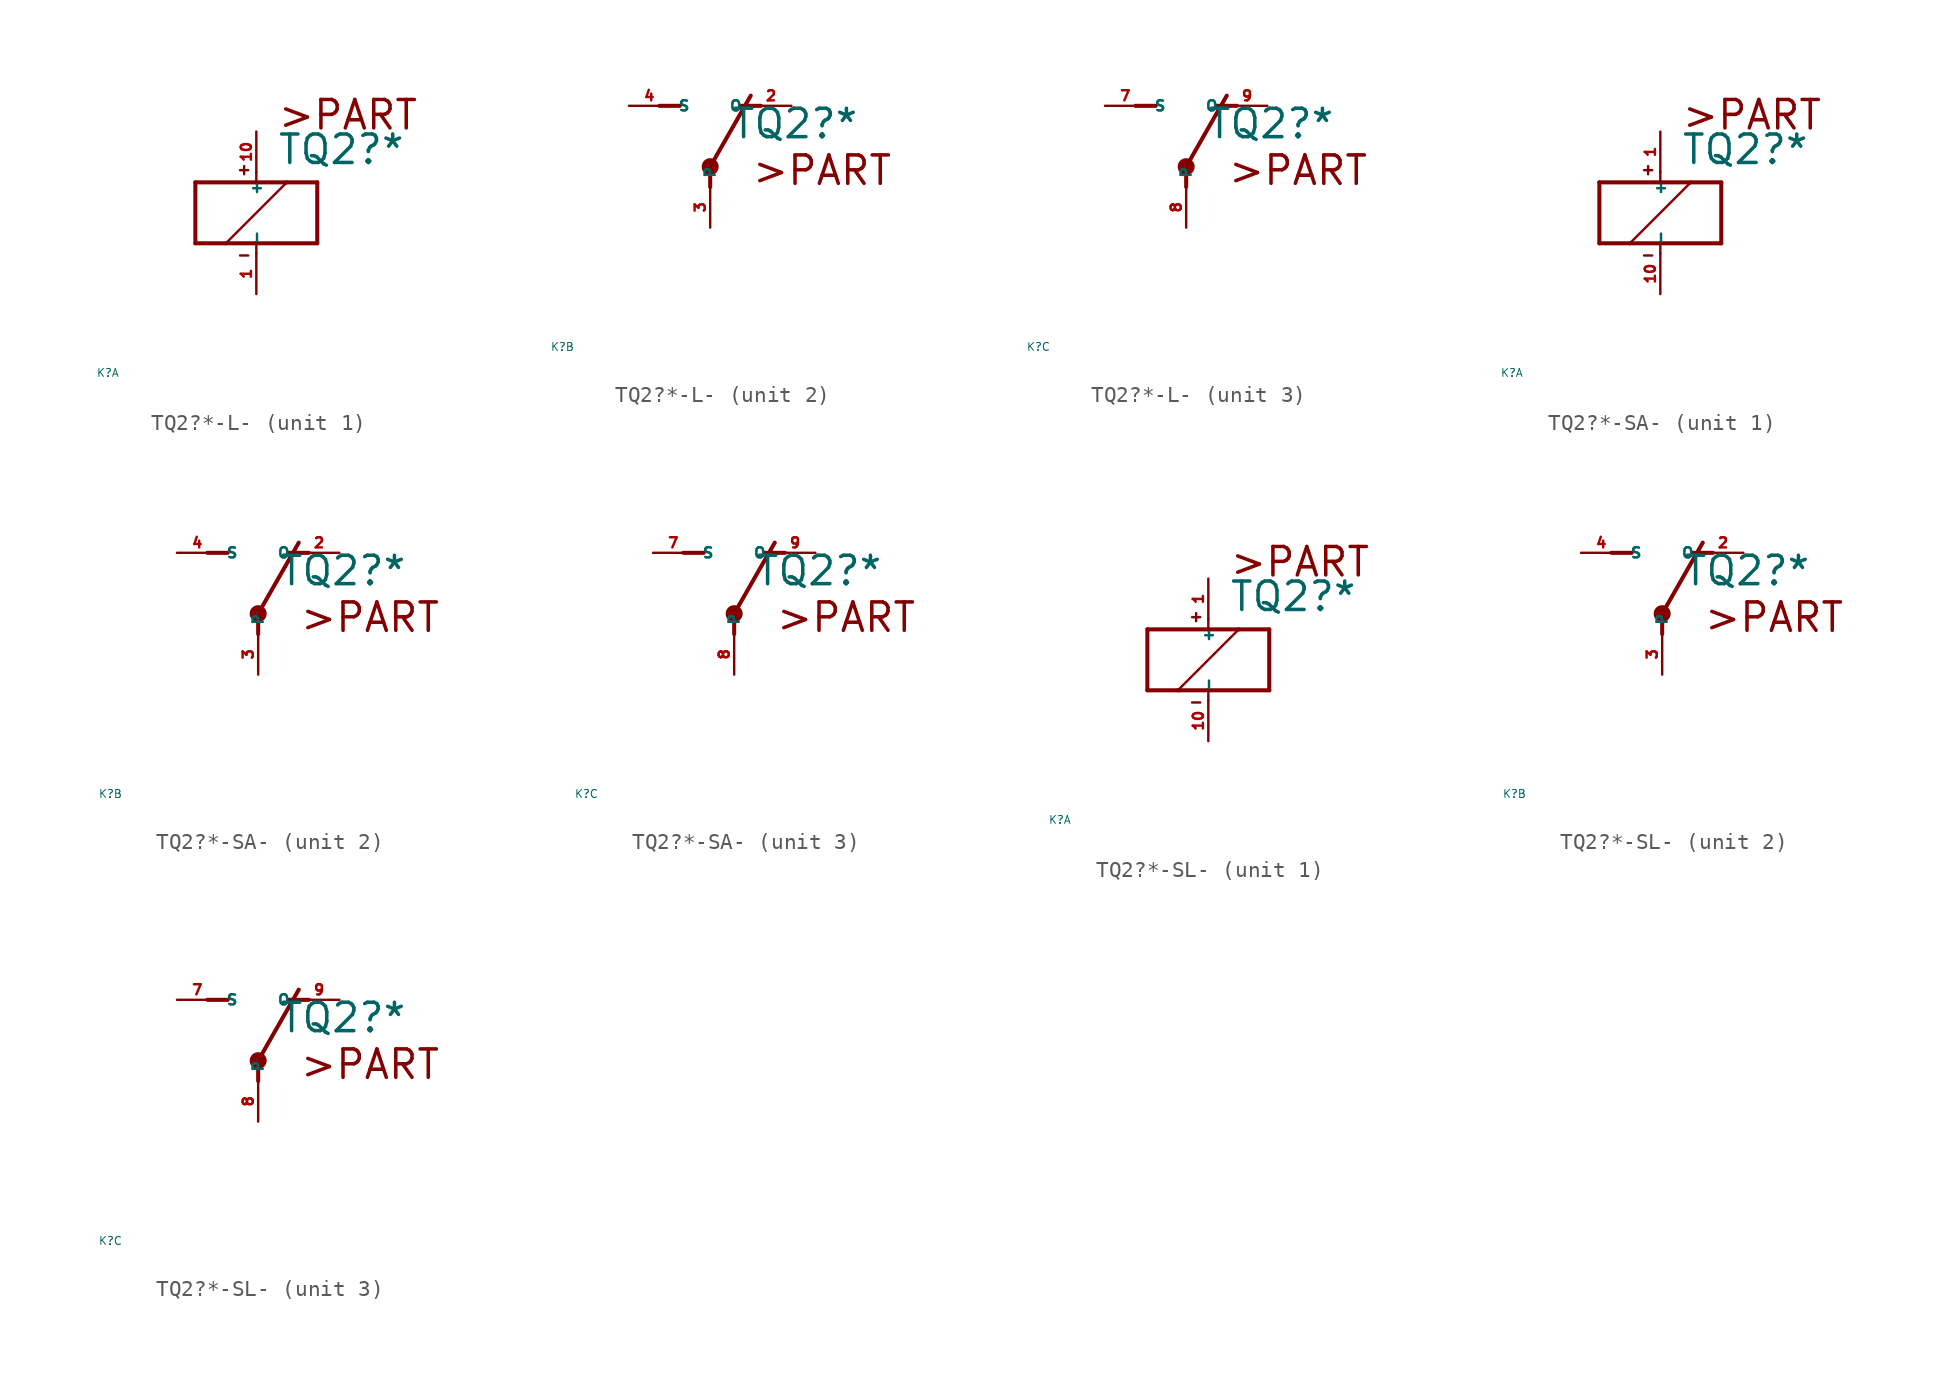
<source format=kicad_sym>
(kicad_symbol_lib
  (version 20220914)
  (generator Eagle2Kicad)
  (symbol "TQ2?*-L-"
    (property "Reference" "K"
      (at -10 -10 0)
      (effects (font (size 0.5 0.5) (thickness 0.06)) (justify left)))
    (property "Value" "TQ2?*"
      (at 1.27 2.921 0)
      (effects (font (size 1.778 1.778) (thickness 0.22)) (justify left bottom)))
    (symbol "TQ2?*-L-_1_0"
      (polyline (pts (xy -3.81 -1.905) (xy -1.905 -1.905)) (stroke (width 0.254) (type default)) (fill (type none)))
      (polyline (pts (xy 3.81 -1.905) (xy 3.81 1.905)) (stroke (width 0.254) (type default)) (fill (type none)))
      (polyline (pts (xy 3.81 1.905) (xy 1.905 1.905)) (stroke (width 0.254) (type default)) (fill (type none)))
      (polyline (pts (xy -3.81 1.905) (xy -3.81 -1.905)) (stroke (width 0.254) (type default)) (fill (type none)))
      (polyline (pts (xy 0 -2.54) (xy 0 -1.905)) (stroke (width 0.152) (type default)) (fill (type none)))
      (polyline (pts (xy 0 -1.905) (xy 3.81 -1.905)) (stroke (width 0.254) (type default)) (fill (type none)))
      (polyline (pts (xy 0 2.54) (xy 0 1.905)) (stroke (width 0.152) (type default)) (fill (type none)))
      (polyline (pts (xy 0 1.905) (xy -3.81 1.905)) (stroke (width 0.254) (type default)) (fill (type none)))
      (polyline (pts (xy -1.905 -1.905) (xy 1.905 1.905)) (stroke (width 0.152) (type default)) (fill (type none)))
      (polyline (pts (xy -1.905 -1.905) (xy 0 -1.905)) (stroke (width 0.254) (type default)) (fill (type none)))
      (polyline (pts (xy 1.905 1.905) (xy 0 1.905)) (stroke (width 0.254) (type default)) (fill (type none)))
      (polyline (pts (xy -1.016 2.667) (xy -0.508 2.667)) (stroke (width 0.152) (type default)) (fill (type none)))
      (polyline (pts (xy -0.762 2.921) (xy -0.762 2.413)) (stroke (width 0.152) (type default)) (fill (type none)))
      (polyline (pts (xy -1.016 -2.667) (xy -0.508 -2.667)) (stroke (width 0.152) (type default)) (fill (type none)))
      (text ">PART" (at 1.27 5.08 0) (effects (font (size 1.778 1.778) (thickness 0.22)) (justify left bottom)))
      (pin passive line (at 0 -5.08 90) (length 2.54) (name "-" (effects (font (size 0.635 0.635) (thickness 0.08)) (justify left bottom))) (number "1" (effects (font (size 0.635 0.635) (thickness 0.08)) (justify left bottom))))
      (pin passive line (at 0 5.08 270) (length 2.54) (name "+" (effects (font (size 0.635 0.635) (thickness 0.08)) (justify left bottom))) (number "10" (effects (font (size 0.635 0.635) (thickness 0.08)) (justify left bottom)))))
    (symbol "TQ2?*-L-_2_0"
      (polyline (pts (xy 3.175 5.08) (xy 1.905 5.08)) (stroke (width 0.254) (type default)) (fill (type none)))
      (polyline (pts (xy -3.175 5.08) (xy -1.905 5.08)) (stroke (width 0.254) (type default)) (fill (type none)))
      (polyline (pts (xy 0 1.27) (xy 2.54 5.715)) (stroke (width 0.254) (type default)) (fill (type none)))
      (polyline (pts (xy 0 1.27) (xy 0 0)) (stroke (width 0.254) (type default)) (fill (type none)))
      (text ">PART" (at 2.54 0 0) (effects (font (size 1.778 1.778) (thickness 0.22)) (justify left bottom)))
      (circle (center 0 1.27) (radius 0.127) (stroke (width 0.406) (type default)) (fill (type none)))
      (pin passive line (at 5.08 5.08 180) (length 2.54) (name "O" (effects (font (size 0.635 0.635) (thickness 0.08)) (justify left bottom))) (number "2" (effects (font (size 0.635 0.635) (thickness 0.08)) (justify left bottom))))
      (pin passive line (at -5.08 5.08 0) (length 2.54) (name "S" (effects (font (size 0.635 0.635) (thickness 0.08)) (justify left bottom))) (number "4" (effects (font (size 0.635 0.635) (thickness 0.08)) (justify left bottom))))
      (pin passive line (at 0 -2.54 90) (length 2.54) (name "P" (effects (font (size 0.635 0.635) (thickness 0.08)) (justify left bottom))) (number "3" (effects (font (size 0.635 0.635) (thickness 0.08)) (justify left bottom)))))
    (symbol "TQ2?*-L-_3_0"
      (polyline (pts (xy 3.175 5.08) (xy 1.905 5.08)) (stroke (width 0.254) (type default)) (fill (type none)))
      (polyline (pts (xy -3.175 5.08) (xy -1.905 5.08)) (stroke (width 0.254) (type default)) (fill (type none)))
      (polyline (pts (xy 0 1.27) (xy 2.54 5.715)) (stroke (width 0.254) (type default)) (fill (type none)))
      (polyline (pts (xy 0 1.27) (xy 0 0)) (stroke (width 0.254) (type default)) (fill (type none)))
      (text ">PART" (at 2.54 0 0) (effects (font (size 1.778 1.778) (thickness 0.22)) (justify left bottom)))
      (circle (center 0 1.27) (radius 0.127) (stroke (width 0.406) (type default)) (fill (type none)))
      (pin passive line (at 5.08 5.08 180) (length 2.54) (name "O" (effects (font (size 0.635 0.635) (thickness 0.08)) (justify left bottom))) (number "9" (effects (font (size 0.635 0.635) (thickness 0.08)) (justify left bottom))))
      (pin passive line (at -5.08 5.08 0) (length 2.54) (name "S" (effects (font (size 0.635 0.635) (thickness 0.08)) (justify left bottom))) (number "7" (effects (font (size 0.635 0.635) (thickness 0.08)) (justify left bottom))))
      (pin passive line (at 0 -2.54 90) (length 2.54) (name "P" (effects (font (size 0.635 0.635) (thickness 0.08)) (justify left bottom))) (number "8" (effects (font (size 0.635 0.635) (thickness 0.08)) (justify left bottom))))))
  (symbol "TQ2?*-SA-"
    (property "Reference" "K"
      (at -10 -10 0)
      (effects (font (size 0.5 0.5) (thickness 0.06)) (justify left)))
    (property "Value" "TQ2?*"
      (at 1.27 2.921 0)
      (effects (font (size 1.778 1.778) (thickness 0.22)) (justify left bottom)))
    (symbol "TQ2?*-SA-_1_0"
      (polyline (pts (xy -3.81 -1.905) (xy -1.905 -1.905)) (stroke (width 0.254) (type default)) (fill (type none)))
      (polyline (pts (xy 3.81 -1.905) (xy 3.81 1.905)) (stroke (width 0.254) (type default)) (fill (type none)))
      (polyline (pts (xy 3.81 1.905) (xy 1.905 1.905)) (stroke (width 0.254) (type default)) (fill (type none)))
      (polyline (pts (xy -3.81 1.905) (xy -3.81 -1.905)) (stroke (width 0.254) (type default)) (fill (type none)))
      (polyline (pts (xy 0 -2.54) (xy 0 -1.905)) (stroke (width 0.152) (type default)) (fill (type none)))
      (polyline (pts (xy 0 -1.905) (xy 3.81 -1.905)) (stroke (width 0.254) (type default)) (fill (type none)))
      (polyline (pts (xy 0 2.54) (xy 0 1.905)) (stroke (width 0.152) (type default)) (fill (type none)))
      (polyline (pts (xy 0 1.905) (xy -3.81 1.905)) (stroke (width 0.254) (type default)) (fill (type none)))
      (polyline (pts (xy -1.905 -1.905) (xy 1.905 1.905)) (stroke (width 0.152) (type default)) (fill (type none)))
      (polyline (pts (xy -1.905 -1.905) (xy 0 -1.905)) (stroke (width 0.254) (type default)) (fill (type none)))
      (polyline (pts (xy 1.905 1.905) (xy 0 1.905)) (stroke (width 0.254) (type default)) (fill (type none)))
      (polyline (pts (xy -1.016 2.667) (xy -0.508 2.667)) (stroke (width 0.152) (type default)) (fill (type none)))
      (polyline (pts (xy -0.762 2.921) (xy -0.762 2.413)) (stroke (width 0.152) (type default)) (fill (type none)))
      (polyline (pts (xy -1.016 -2.667) (xy -0.508 -2.667)) (stroke (width 0.152) (type default)) (fill (type none)))
      (text ">PART" (at 1.27 5.08 0) (effects (font (size 1.778 1.778) (thickness 0.22)) (justify left bottom)))
      (pin passive line (at 0 -5.08 90) (length 2.54) (name "-" (effects (font (size 0.635 0.635) (thickness 0.08)) (justify left bottom))) (number "10" (effects (font (size 0.635 0.635) (thickness 0.08)) (justify left bottom))))
      (pin passive line (at 0 5.08 270) (length 2.54) (name "+" (effects (font (size 0.635 0.635) (thickness 0.08)) (justify left bottom))) (number "1" (effects (font (size 0.635 0.635) (thickness 0.08)) (justify left bottom)))))
    (symbol "TQ2?*-SA-_2_0"
      (polyline (pts (xy 3.175 5.08) (xy 1.905 5.08)) (stroke (width 0.254) (type default)) (fill (type none)))
      (polyline (pts (xy -3.175 5.08) (xy -1.905 5.08)) (stroke (width 0.254) (type default)) (fill (type none)))
      (polyline (pts (xy 0 1.27) (xy 2.54 5.715)) (stroke (width 0.254) (type default)) (fill (type none)))
      (polyline (pts (xy 0 1.27) (xy 0 0)) (stroke (width 0.254) (type default)) (fill (type none)))
      (text ">PART" (at 2.54 0 0) (effects (font (size 1.778 1.778) (thickness 0.22)) (justify left bottom)))
      (circle (center 0 1.27) (radius 0.127) (stroke (width 0.406) (type default)) (fill (type none)))
      (pin passive line (at 5.08 5.08 180) (length 2.54) (name "O" (effects (font (size 0.635 0.635) (thickness 0.08)) (justify left bottom))) (number "2" (effects (font (size 0.635 0.635) (thickness 0.08)) (justify left bottom))))
      (pin passive line (at -5.08 5.08 0) (length 2.54) (name "S" (effects (font (size 0.635 0.635) (thickness 0.08)) (justify left bottom))) (number "4" (effects (font (size 0.635 0.635) (thickness 0.08)) (justify left bottom))))
      (pin passive line (at 0 -2.54 90) (length 2.54) (name "P" (effects (font (size 0.635 0.635) (thickness 0.08)) (justify left bottom))) (number "3" (effects (font (size 0.635 0.635) (thickness 0.08)) (justify left bottom)))))
    (symbol "TQ2?*-SA-_3_0"
      (polyline (pts (xy 3.175 5.08) (xy 1.905 5.08)) (stroke (width 0.254) (type default)) (fill (type none)))
      (polyline (pts (xy -3.175 5.08) (xy -1.905 5.08)) (stroke (width 0.254) (type default)) (fill (type none)))
      (polyline (pts (xy 0 1.27) (xy 2.54 5.715)) (stroke (width 0.254) (type default)) (fill (type none)))
      (polyline (pts (xy 0 1.27) (xy 0 0)) (stroke (width 0.254) (type default)) (fill (type none)))
      (text ">PART" (at 2.54 0 0) (effects (font (size 1.778 1.778) (thickness 0.22)) (justify left bottom)))
      (circle (center 0 1.27) (radius 0.127) (stroke (width 0.406) (type default)) (fill (type none)))
      (pin passive line (at 5.08 5.08 180) (length 2.54) (name "O" (effects (font (size 0.635 0.635) (thickness 0.08)) (justify left bottom))) (number "9" (effects (font (size 0.635 0.635) (thickness 0.08)) (justify left bottom))))
      (pin passive line (at -5.08 5.08 0) (length 2.54) (name "S" (effects (font (size 0.635 0.635) (thickness 0.08)) (justify left bottom))) (number "7" (effects (font (size 0.635 0.635) (thickness 0.08)) (justify left bottom))))
      (pin passive line (at 0 -2.54 90) (length 2.54) (name "P" (effects (font (size 0.635 0.635) (thickness 0.08)) (justify left bottom))) (number "8" (effects (font (size 0.635 0.635) (thickness 0.08)) (justify left bottom))))))
  (symbol "TQ2?*-SL-"
    (property "Reference" "K"
      (at -10 -10 0)
      (effects (font (size 0.5 0.5) (thickness 0.06)) (justify left)))
    (property "Value" "TQ2?*"
      (at 1.27 2.921 0)
      (effects (font (size 1.778 1.778) (thickness 0.22)) (justify left bottom)))
    (symbol "TQ2?*-SL-_1_0"
      (polyline (pts (xy -3.81 -1.905) (xy -1.905 -1.905)) (stroke (width 0.254) (type default)) (fill (type none)))
      (polyline (pts (xy 3.81 -1.905) (xy 3.81 1.905)) (stroke (width 0.254) (type default)) (fill (type none)))
      (polyline (pts (xy 3.81 1.905) (xy 1.905 1.905)) (stroke (width 0.254) (type default)) (fill (type none)))
      (polyline (pts (xy -3.81 1.905) (xy -3.81 -1.905)) (stroke (width 0.254) (type default)) (fill (type none)))
      (polyline (pts (xy 0 -2.54) (xy 0 -1.905)) (stroke (width 0.152) (type default)) (fill (type none)))
      (polyline (pts (xy 0 -1.905) (xy 3.81 -1.905)) (stroke (width 0.254) (type default)) (fill (type none)))
      (polyline (pts (xy 0 2.54) (xy 0 1.905)) (stroke (width 0.152) (type default)) (fill (type none)))
      (polyline (pts (xy 0 1.905) (xy -3.81 1.905)) (stroke (width 0.254) (type default)) (fill (type none)))
      (polyline (pts (xy -1.905 -1.905) (xy 1.905 1.905)) (stroke (width 0.152) (type default)) (fill (type none)))
      (polyline (pts (xy -1.905 -1.905) (xy 0 -1.905)) (stroke (width 0.254) (type default)) (fill (type none)))
      (polyline (pts (xy 1.905 1.905) (xy 0 1.905)) (stroke (width 0.254) (type default)) (fill (type none)))
      (polyline (pts (xy -1.016 2.667) (xy -0.508 2.667)) (stroke (width 0.152) (type default)) (fill (type none)))
      (polyline (pts (xy -0.762 2.921) (xy -0.762 2.413)) (stroke (width 0.152) (type default)) (fill (type none)))
      (polyline (pts (xy -1.016 -2.667) (xy -0.508 -2.667)) (stroke (width 0.152) (type default)) (fill (type none)))
      (text ">PART" (at 1.27 5.08 0) (effects (font (size 1.778 1.778) (thickness 0.22)) (justify left bottom)))
      (pin passive line (at 0 -5.08 90) (length 2.54) (name "-" (effects (font (size 0.635 0.635) (thickness 0.08)) (justify left bottom))) (number "10" (effects (font (size 0.635 0.635) (thickness 0.08)) (justify left bottom))))
      (pin passive line (at 0 5.08 270) (length 2.54) (name "+" (effects (font (size 0.635 0.635) (thickness 0.08)) (justify left bottom))) (number "1" (effects (font (size 0.635 0.635) (thickness 0.08)) (justify left bottom)))))
    (symbol "TQ2?*-SL-_2_0"
      (polyline (pts (xy 3.175 5.08) (xy 1.905 5.08)) (stroke (width 0.254) (type default)) (fill (type none)))
      (polyline (pts (xy -3.175 5.08) (xy -1.905 5.08)) (stroke (width 0.254) (type default)) (fill (type none)))
      (polyline (pts (xy 0 1.27) (xy 2.54 5.715)) (stroke (width 0.254) (type default)) (fill (type none)))
      (polyline (pts (xy 0 1.27) (xy 0 0)) (stroke (width 0.254) (type default)) (fill (type none)))
      (text ">PART" (at 2.54 0 0) (effects (font (size 1.778 1.778) (thickness 0.22)) (justify left bottom)))
      (circle (center 0 1.27) (radius 0.127) (stroke (width 0.406) (type default)) (fill (type none)))
      (pin passive line (at 5.08 5.08 180) (length 2.54) (name "O" (effects (font (size 0.635 0.635) (thickness 0.08)) (justify left bottom))) (number "2" (effects (font (size 0.635 0.635) (thickness 0.08)) (justify left bottom))))
      (pin passive line (at -5.08 5.08 0) (length 2.54) (name "S" (effects (font (size 0.635 0.635) (thickness 0.08)) (justify left bottom))) (number "4" (effects (font (size 0.635 0.635) (thickness 0.08)) (justify left bottom))))
      (pin passive line (at 0 -2.54 90) (length 2.54) (name "P" (effects (font (size 0.635 0.635) (thickness 0.08)) (justify left bottom))) (number "3" (effects (font (size 0.635 0.635) (thickness 0.08)) (justify left bottom)))))
    (symbol "TQ2?*-SL-_3_0"
      (polyline (pts (xy 3.175 5.08) (xy 1.905 5.08)) (stroke (width 0.254) (type default)) (fill (type none)))
      (polyline (pts (xy -3.175 5.08) (xy -1.905 5.08)) (stroke (width 0.254) (type default)) (fill (type none)))
      (polyline (pts (xy 0 1.27) (xy 2.54 5.715)) (stroke (width 0.254) (type default)) (fill (type none)))
      (polyline (pts (xy 0 1.27) (xy 0 0)) (stroke (width 0.254) (type default)) (fill (type none)))
      (text ">PART" (at 2.54 0 0) (effects (font (size 1.778 1.778) (thickness 0.22)) (justify left bottom)))
      (circle (center 0 1.27) (radius 0.127) (stroke (width 0.406) (type default)) (fill (type none)))
      (pin passive line (at 5.08 5.08 180) (length 2.54) (name "O" (effects (font (size 0.635 0.635) (thickness 0.08)) (justify left bottom))) (number "9" (effects (font (size 0.635 0.635) (thickness 0.08)) (justify left bottom))))
      (pin passive line (at -5.08 5.08 0) (length 2.54) (name "S" (effects (font (size 0.635 0.635) (thickness 0.08)) (justify left bottom))) (number "7" (effects (font (size 0.635 0.635) (thickness 0.08)) (justify left bottom))))
      (pin passive line (at 0 -2.54 90) (length 2.54) (name "P" (effects (font (size 0.635 0.635) (thickness 0.08)) (justify left bottom))) (number "8" (effects (font (size 0.635 0.635) (thickness 0.08)) (justify left bottom)))))))
</source>
